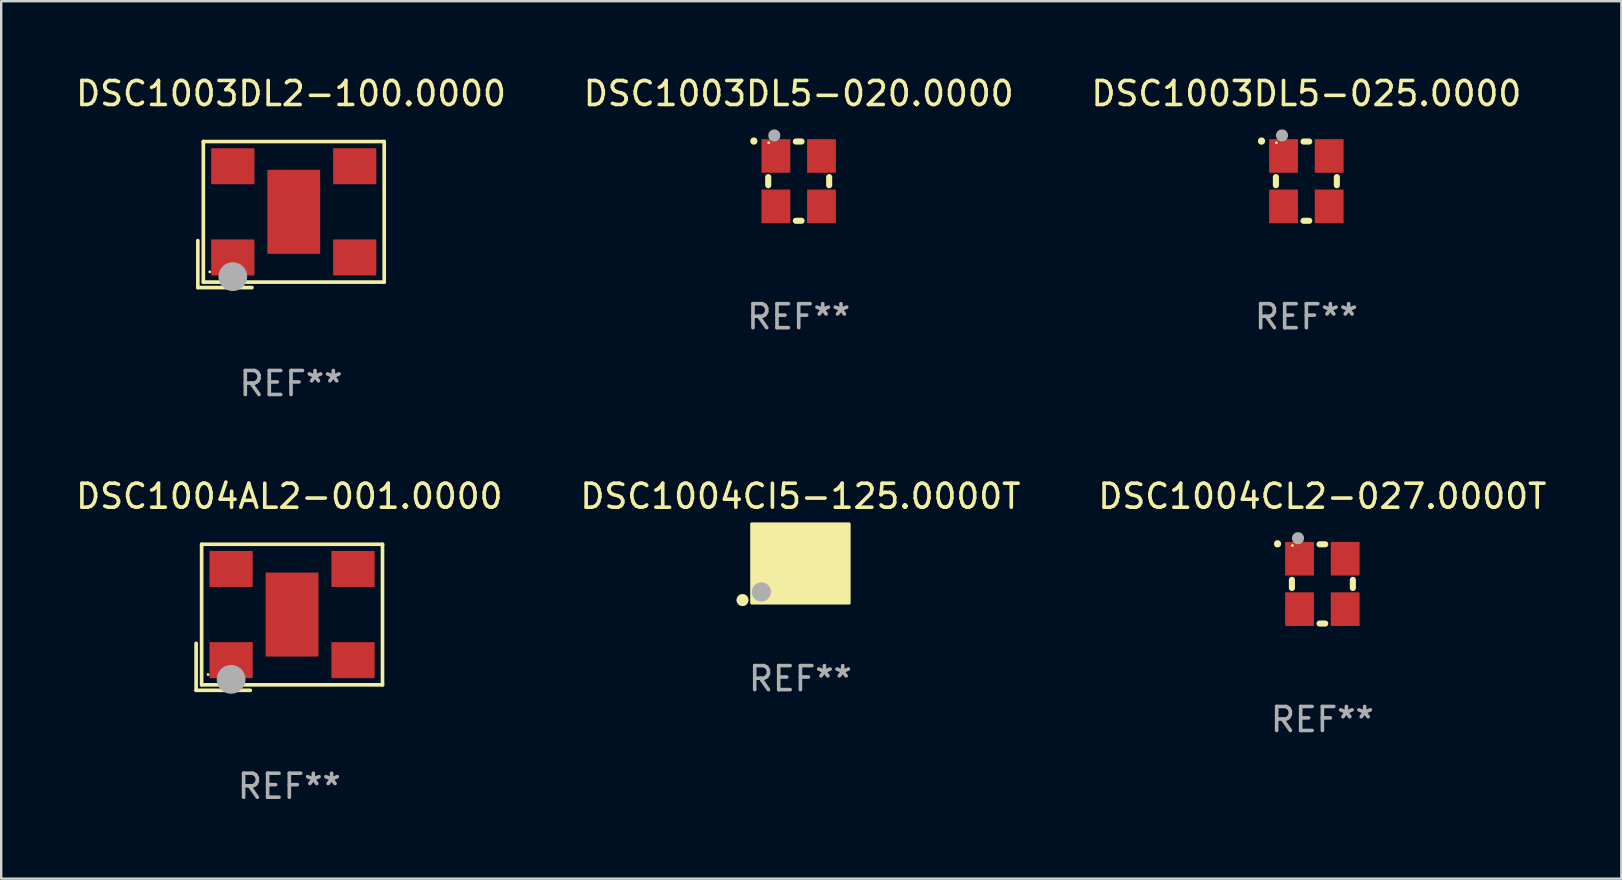
<source format=kicad_pcb>
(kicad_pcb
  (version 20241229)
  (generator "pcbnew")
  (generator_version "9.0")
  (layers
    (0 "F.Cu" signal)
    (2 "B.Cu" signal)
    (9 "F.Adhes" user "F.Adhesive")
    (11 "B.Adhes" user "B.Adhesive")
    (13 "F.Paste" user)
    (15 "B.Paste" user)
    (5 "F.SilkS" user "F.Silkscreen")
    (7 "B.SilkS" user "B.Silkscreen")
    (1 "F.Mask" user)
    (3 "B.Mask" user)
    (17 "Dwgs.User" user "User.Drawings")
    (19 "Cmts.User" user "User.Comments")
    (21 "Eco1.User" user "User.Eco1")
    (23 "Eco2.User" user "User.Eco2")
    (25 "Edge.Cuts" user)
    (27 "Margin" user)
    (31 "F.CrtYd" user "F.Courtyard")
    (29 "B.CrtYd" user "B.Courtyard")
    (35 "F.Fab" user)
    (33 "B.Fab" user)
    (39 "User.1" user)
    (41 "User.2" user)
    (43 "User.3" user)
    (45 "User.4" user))
  (footprint "DSC1004AL2-001.0000"
    (layer "F.Cu")
    (at 9.006 22.673)
    (property "Reference" "DSC1004AL2-001.0000" (at 0 -5.043 0) (layer "F.SilkS") (effects (font (size 1 1) (thickness 0.15))))
    (attr through_hole)
    (fp_line (start -3.883 1.086) (end -3.883 3.043) (stroke (width 0.152) (type solid)) (layer "F.SilkS"))
    (fp_line (start -3.883 3.043) (end -1.626 3.043) (stroke (width 0.152) (type solid)) (layer "F.SilkS"))
    (fp_line (start -3.654 -3.043) (end 3.883 -3.043) (stroke (width 0.152) (type solid)) (layer "F.SilkS"))
    (fp_line (start -3.654 2.814) (end -3.654 -3.043) (stroke (width 0.152) (type solid)) (layer "F.SilkS"))
    (fp_line (start 3.883 -3.043) (end 3.883 2.814) (stroke (width 0.152) (type solid)) (layer "F.SilkS"))
    (fp_line (start 3.883 2.814) (end -3.654 2.814) (stroke (width 0.152) (type solid)) (layer "F.SilkS"))
    (fp_circle (center -3.386 2.386) (end -3.356 2.386) (stroke (width 0.06) (type solid)) (fill no) (layer "F.SilkS"))
    (fp_circle (center -2.426 2.586) (end -2.126 2.586) (stroke (width 0.6) (type solid)) (fill no) (layer "F.Fab"))
    (fp_text user "REF**" (at 0 7.043 0) (layer "F.Fab") (effects (font (size 1 1) (thickness 0.15))))
    (pad "1" smd rect (at -2.426 1.786) (size 1.8 1.5) (layers "F.Cu" "F.Mask" "F.Paste"))
    (pad "2" smd rect (at 2.654 1.786) (size 1.8 1.5) (layers "F.Cu" "F.Mask" "F.Paste"))
    (pad "3" smd rect (at 2.654 -2.014) (size 1.8 1.5) (layers "F.Cu" "F.Mask" "F.Paste"))
    (pad "4" smd rect (at -2.426 -2.014) (size 1.8 1.5) (layers "F.Cu" "F.Mask" "F.Paste"))
    (pad "5" smd rect (at 0.114 -0.114) (size 2.2 3.5) (layers "F.Cu" "F.Mask" "F.Paste")))
  (footprint "DSC1003DL5-020.0000"
    (layer "F.Cu")
    (at 30.232 4.499)
    (property "Reference" "DSC1003DL5-020.0000" (at 0 -3.651 0) (layer "F.SilkS") (effects (font (size 1 1) (thickness 0.15))))
    (attr through_hole)
    (fp_line (start -1.27 -0.169) (end -1.27 0.169) (stroke (width 0.254) (type solid)) (layer "F.SilkS"))
    (fp_line (start 0.119 -1.651) (end -0.119 -1.651) (stroke (width 0.254) (type solid)) (layer "F.SilkS"))
    (fp_line (start 0.119 1.651) (end -0.119 1.651) (stroke (width 0.254) (type solid)) (layer "F.SilkS"))
    (fp_line (start 1.27 -0.169) (end 1.27 0.169) (stroke (width 0.254) (type solid)) (layer "F.SilkS"))
    (fp_arc (start -1.868631 -1.669799) (mid -1.868636 -1.671069) (end -1.868631 -1.672339) (stroke (width 0.3) (type solid)) (layer "F.SilkS"))
    (fp_circle (center -1.25 -1.6) (end -1.22 -1.6) (stroke (width 0.06) (type solid)) (fill no) (layer "F.SilkS"))
    (fp_circle (center -1.016 -1.905) (end -0.889 -1.905) (stroke (width 0.254) (type solid)) (fill no) (layer "F.Fab"))
    (fp_text user "REF**" (at 0 5.651 0) (layer "F.Fab") (effects (font (size 1 1) (thickness 0.15))))
    (pad "1" smd rect (at -0.95 -1.05 90) (size 1.4 1.2) (layers "F.Cu" "F.Mask" "F.Paste"))
    (pad "2" smd rect (at -0.95 1.05 90) (size 1.4 1.2) (layers "F.Cu" "F.Mask" "F.Paste"))
    (pad "3" smd rect (at 0.95 1.05 90) (size 1.4 1.2) (layers "F.Cu" "F.Mask" "F.Paste"))
    (pad "4" smd rect (at 0.95 -1.05 90) (size 1.4 1.2) (layers "F.Cu" "F.Mask" "F.Paste")))
  (footprint "DSC1004CL2-027.0000T"
    (layer "F.Cu")
    (at 52.054 21.282)
    (property "Reference" "DSC1004CL2-027.0000T" (at 0 -3.651 0) (layer "F.SilkS") (effects (font (size 1 1) (thickness 0.15))))
    (attr through_hole)
    (fp_line (start -1.27 -0.169) (end -1.27 0.169) (stroke (width 0.254) (type solid)) (layer "F.SilkS"))
    (fp_line (start 0.119 -1.651) (end -0.119 -1.651) (stroke (width 0.254) (type solid)) (layer "F.SilkS"))
    (fp_line (start 0.119 1.651) (end -0.119 1.651) (stroke (width 0.254) (type solid)) (layer "F.SilkS"))
    (fp_line (start 1.27 -0.169) (end 1.27 0.169) (stroke (width 0.254) (type solid)) (layer "F.SilkS"))
    (fp_arc (start -1.868631 -1.669799) (mid -1.868636 -1.671069) (end -1.868631 -1.672339) (stroke (width 0.3) (type solid)) (layer "F.SilkS"))
    (fp_circle (center -1.25 -1.6) (end -1.22 -1.6) (stroke (width 0.06) (type solid)) (fill no) (layer "F.SilkS"))
    (fp_circle (center -1.016 -1.905) (end -0.889 -1.905) (stroke (width 0.254) (type solid)) (fill no) (layer "F.Fab"))
    (fp_text user "REF**" (at 0 5.651 0) (layer "F.Fab") (effects (font (size 1 1) (thickness 0.15))))
    (pad "1" smd rect (at -0.95 -1.05 90) (size 1.4 1.2) (layers "F.Cu" "F.Mask" "F.Paste"))
    (pad "2" smd rect (at -0.95 1.05 90) (size 1.4 1.2) (layers "F.Cu" "F.Mask" "F.Paste"))
    (pad "3" smd rect (at 0.95 1.05 90) (size 1.4 1.2) (layers "F.Cu" "F.Mask" "F.Paste"))
    (pad "4" smd rect (at 0.95 -1.05 90) (size 1.4 1.2) (layers "F.Cu" "F.Mask" "F.Paste")))
  (footprint "DSC1003DL2-100.0000"
    (layer "F.Cu")
    (at 9.077 5.891)
    (property "Reference" "DSC1003DL2-100.0000" (at 0 -5.043 0) (layer "F.SilkS") (effects (font (size 1 1) (thickness 0.15))))
    (attr through_hole)
    (fp_line (start -3.883 1.086) (end -3.883 3.043) (stroke (width 0.152) (type solid)) (layer "F.SilkS"))
    (fp_line (start -3.883 3.043) (end -1.626 3.043) (stroke (width 0.152) (type solid)) (layer "F.SilkS"))
    (fp_line (start -3.654 -3.043) (end 3.883 -3.043) (stroke (width 0.152) (type solid)) (layer "F.SilkS"))
    (fp_line (start -3.654 2.814) (end -3.654 -3.043) (stroke (width 0.152) (type solid)) (layer "F.SilkS"))
    (fp_line (start 3.883 -3.043) (end 3.883 2.814) (stroke (width 0.152) (type solid)) (layer "F.SilkS"))
    (fp_line (start 3.883 2.814) (end -3.654 2.814) (stroke (width 0.152) (type solid)) (layer "F.SilkS"))
    (fp_circle (center -3.386 2.386) (end -3.356 2.386) (stroke (width 0.06) (type solid)) (fill no) (layer "F.SilkS"))
    (fp_circle (center -2.426 2.586) (end -2.126 2.586) (stroke (width 0.6) (type solid)) (fill no) (layer "F.Fab"))
    (fp_text user "REF**" (at 0 7.043 0) (layer "F.Fab") (effects (font (size 1 1) (thickness 0.15))))
    (pad "1" smd rect (at -2.426 1.786) (size 1.8 1.5) (layers "F.Cu" "F.Mask" "F.Paste"))
    (pad "2" smd rect (at 2.654 1.786) (size 1.8 1.5) (layers "F.Cu" "F.Mask" "F.Paste"))
    (pad "3" smd rect (at 2.654 -2.014) (size 1.8 1.5) (layers "F.Cu" "F.Mask" "F.Paste"))
    (pad "4" smd rect (at -2.426 -2.014) (size 1.8 1.5) (layers "F.Cu" "F.Mask" "F.Paste"))
    (pad "5" smd rect (at 0.114 -0.114) (size 2.2 3.5) (layers "F.Cu" "F.Mask" "F.Paste")))
  (footprint "DSC1004CI5-125.0000T"
    (layer "F.Cu")
    (at 30.304 20.431)
    (property "Reference" "DSC1004CI5-125.0000T" (at 0 -2.8 0) (layer "F.SilkS") (effects (font (size 1 1) (thickness 0.15))))
    (attr through_hole)
    (fp_circle (center -2.413 1.524) (end -2.286 1.524) (stroke (width 0.254) (type solid)) (fill no) (layer "F.SilkS"))
    (fp_circle (center -1.6 1.25) (end -1.57 1.25) (stroke (width 0.06) (type solid)) (fill no) (layer "F.SilkS"))
    (fp_poly (pts (xy -2.032 -1.651) (xy 2.032 -1.651) (xy 2.032 1.651) (xy -2.032 1.651)) (stroke (width 0.12) (type solid)) (fill yes) (layer "F.SilkS"))
    (fp_circle (center -1.627 1.185) (end -1.427 1.185) (stroke (width 0.4) (type solid)) (fill no) (layer "F.Fab"))
    (fp_text user "REF**" (at 0 4.8 0) (layer "F.Fab") (effects (font (size 1 1) (thickness 0.15))))
    (pad "1" smd rect (at -1.05 0.8) (size 1.4 1.2) (layers "F.Cu" "F.Mask" "F.Paste"))
    (pad "2" smd rect (at 1.05 0.8) (size 1.4 1.2) (layers "F.Cu" "F.Mask" "F.Paste"))
    (pad "3" smd rect (at 1.05 -0.8) (size 1.4 1.2) (layers "F.Cu" "F.Mask" "F.Paste"))
    (pad "4" smd rect (at -1.05 -0.8) (size 1.4 1.2) (layers "F.Cu" "F.Mask" "F.Paste")))
  (footprint "DSC1003DL5-025.0000"
    (layer "F.Cu")
    (at 51.387 4.499)
    (property "Reference" "DSC1003DL5-025.0000" (at 0 -3.651 0) (layer "F.SilkS") (effects (font (size 1 1) (thickness 0.15))))
    (attr through_hole)
    (fp_line (start -1.27 -0.169) (end -1.27 0.169) (stroke (width 0.254) (type solid)) (layer "F.SilkS"))
    (fp_line (start 0.119 -1.651) (end -0.119 -1.651) (stroke (width 0.254) (type solid)) (layer "F.SilkS"))
    (fp_line (start 0.119 1.651) (end -0.119 1.651) (stroke (width 0.254) (type solid)) (layer "F.SilkS"))
    (fp_line (start 1.27 -0.169) (end 1.27 0.169) (stroke (width 0.254) (type solid)) (layer "F.SilkS"))
    (fp_arc (start -1.868631 -1.669799) (mid -1.868636 -1.671069) (end -1.868631 -1.672339) (stroke (width 0.3) (type solid)) (layer "F.SilkS"))
    (fp_circle (center -1.25 -1.6) (end -1.22 -1.6) (stroke (width 0.06) (type solid)) (fill no) (layer "F.SilkS"))
    (fp_circle (center -1.016 -1.905) (end -0.889 -1.905) (stroke (width 0.254) (type solid)) (fill no) (layer "F.Fab"))
    (fp_text user "REF**" (at 0 5.651 0) (layer "F.Fab") (effects (font (size 1 1) (thickness 0.15))))
    (pad "1" smd rect (at -0.95 -1.05 90) (size 1.4 1.2) (layers "F.Cu" "F.Mask" "F.Paste"))
    (pad "2" smd rect (at -0.95 1.05 90) (size 1.4 1.2) (layers "F.Cu" "F.Mask" "F.Paste"))
    (pad "3" smd rect (at 0.95 1.05 90) (size 1.4 1.2) (layers "F.Cu" "F.Mask" "F.Paste"))
    (pad "4" smd rect (at 0.95 -1.05 90) (size 1.4 1.2) (layers "F.Cu" "F.Mask" "F.Paste")))
  (gr_rect
    (start -3 -3)
    (end 64.512 33.565)
    (stroke (width 0.1) (type default))
    (fill no)
    (layer "Edge.Cuts")))
</source>
